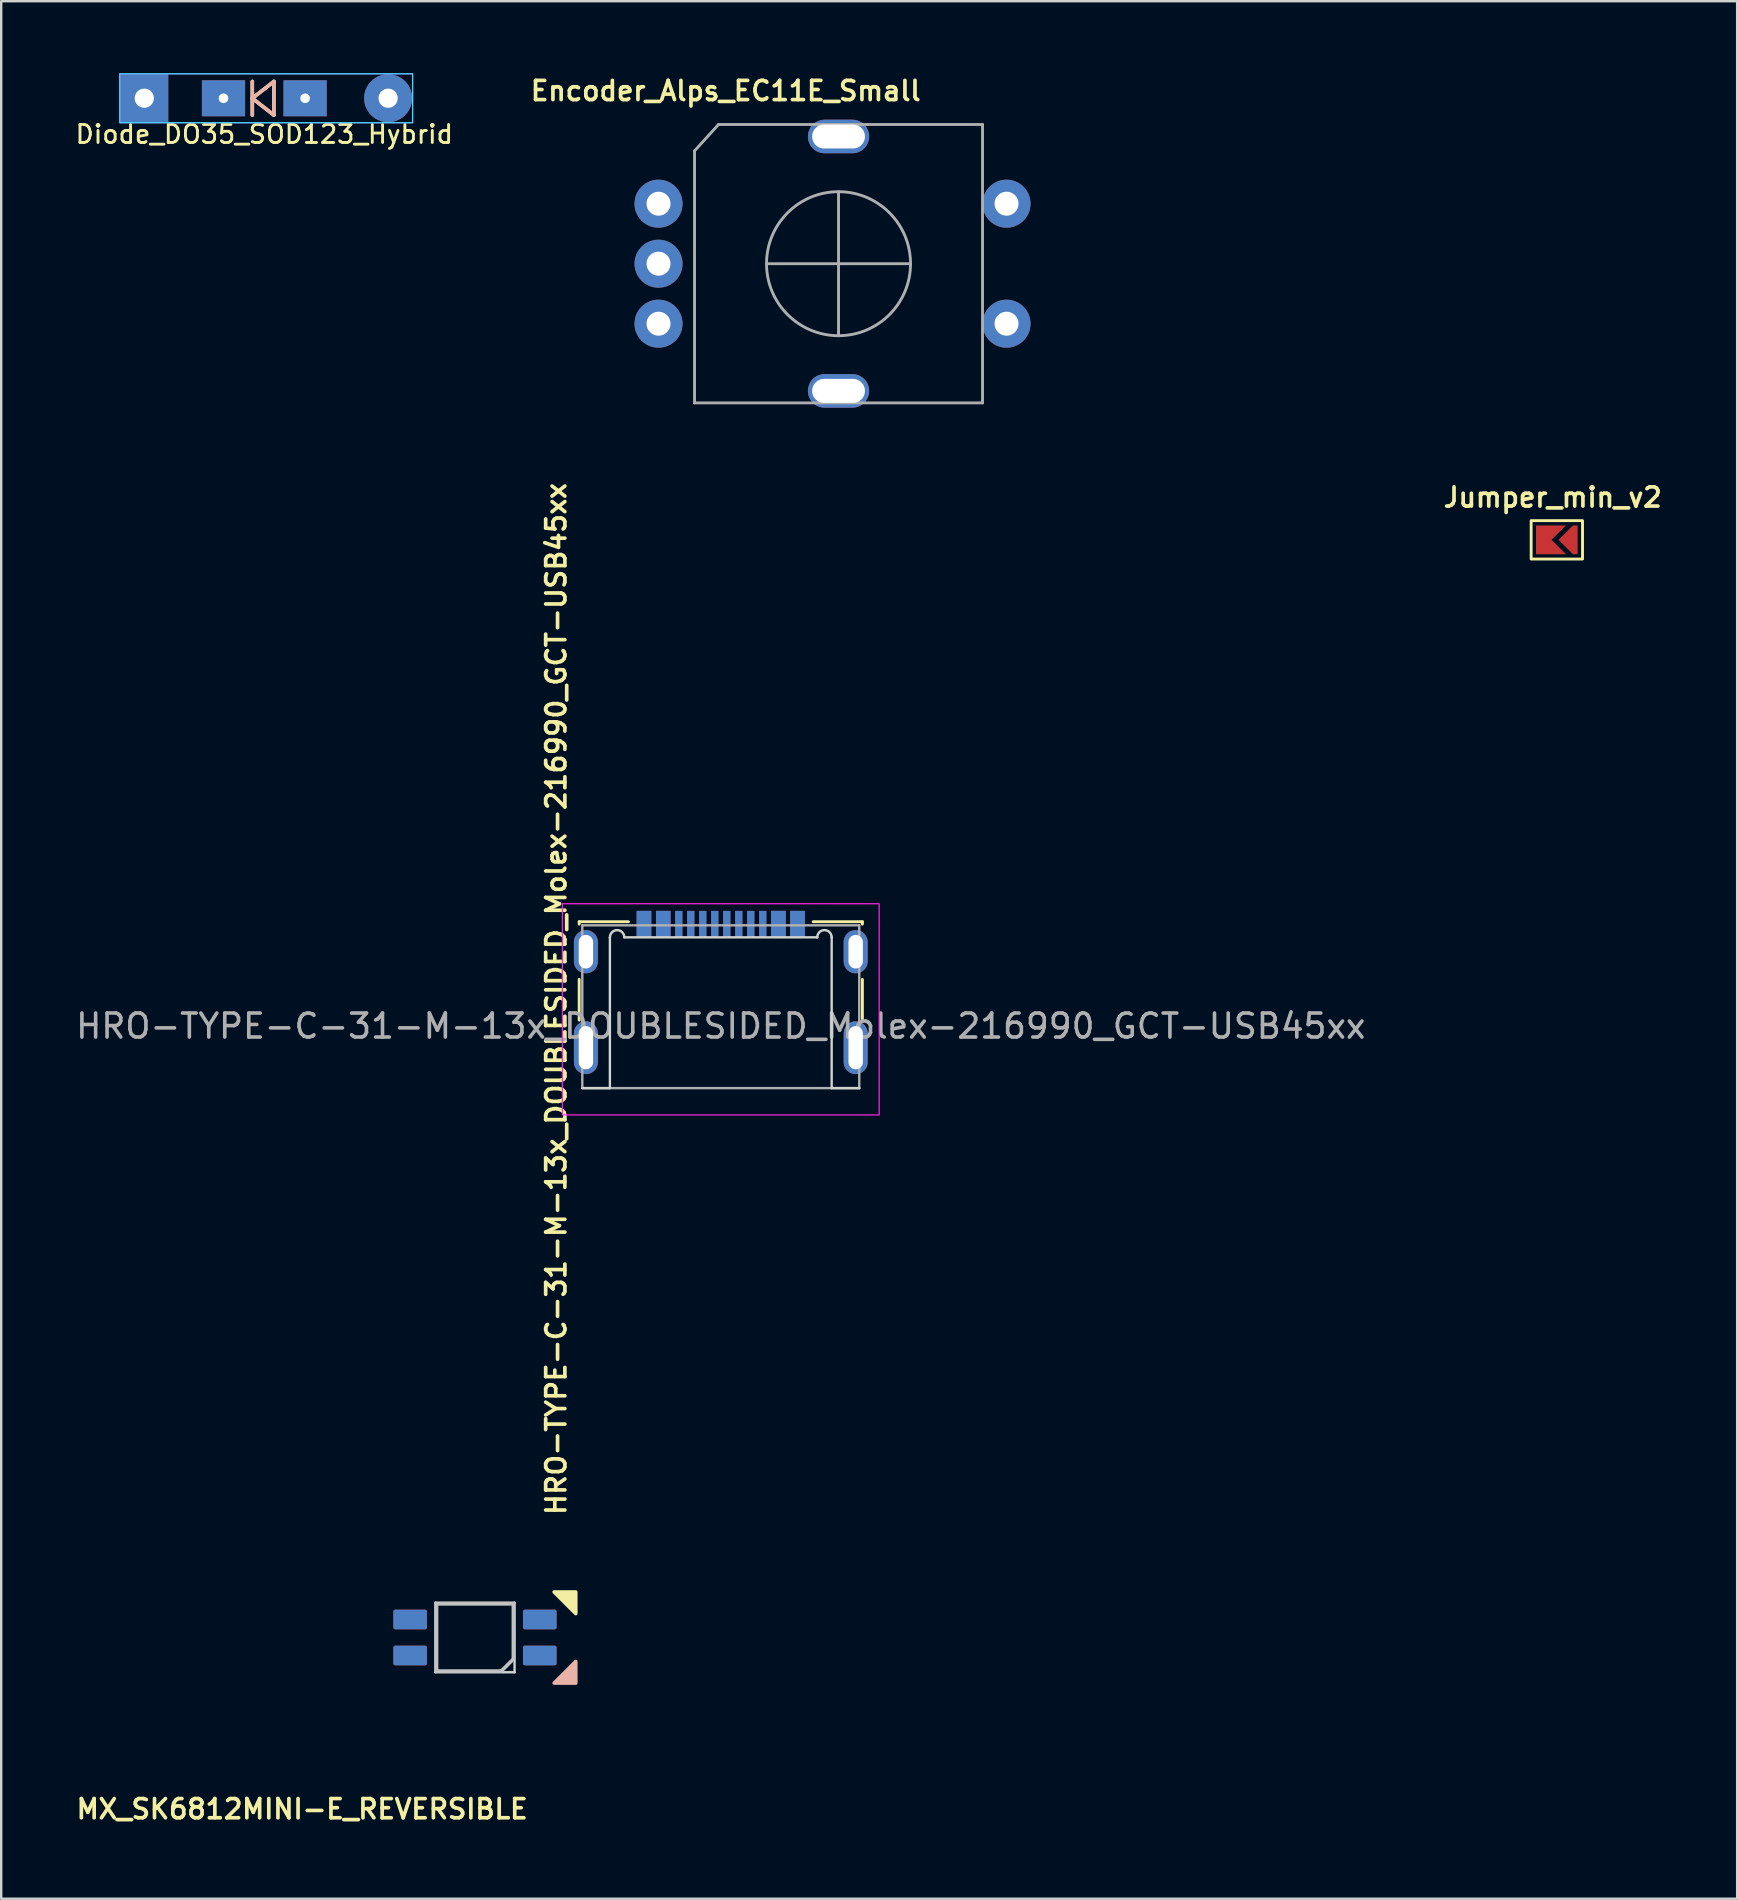
<source format=kicad_pcb>
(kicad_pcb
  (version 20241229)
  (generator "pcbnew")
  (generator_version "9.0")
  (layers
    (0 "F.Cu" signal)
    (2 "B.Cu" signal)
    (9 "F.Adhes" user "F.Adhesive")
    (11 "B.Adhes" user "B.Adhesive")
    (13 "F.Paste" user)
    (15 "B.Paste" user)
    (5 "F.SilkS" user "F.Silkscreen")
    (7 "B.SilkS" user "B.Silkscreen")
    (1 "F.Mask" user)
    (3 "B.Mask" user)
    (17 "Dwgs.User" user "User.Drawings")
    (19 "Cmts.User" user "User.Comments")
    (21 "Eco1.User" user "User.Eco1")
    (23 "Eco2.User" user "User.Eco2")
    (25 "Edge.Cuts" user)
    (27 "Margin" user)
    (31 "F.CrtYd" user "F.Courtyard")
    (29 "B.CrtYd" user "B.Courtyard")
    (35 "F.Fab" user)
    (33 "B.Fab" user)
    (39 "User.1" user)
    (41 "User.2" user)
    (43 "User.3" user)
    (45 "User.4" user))
  (footprint "Jumper_min_v2"
    (layer "F.Cu")
    (at 61.817 19.443)
    (property "Reference" "Jumper_min_v2" (at -0.17 -1.77 0) (unlocked yes) (layer "F.SilkS") (effects (font (size 0.8 0.8) (thickness 0.153))))
    (attr dnp)
    (fp_rect (start -1.07 -0.8) (end 1.07 0.8) (stroke (width 0.12) (type default)) (fill no) (layer "F.SilkS"))
    (pad "1" smd custom (at -0.618 0 270) (size 1.2 0.5) (layers "F.Cu" "F.Mask") (options (anchor rect)) (primitives (gr_poly (pts (xy -0.6 0) (xy 0.6 0) (xy 0.6 -1) (xy 0 -0.4) (xy -0.6 -1)) (width 0) (fill yes))))
    (pad "2" smd custom (at 0.468 0 270) (size 0.1 0.1) (layers "F.Cu" "F.Mask") (options (anchor rect)) (primitives (gr_poly (pts (xy -0.6 -0.2) (xy 0 0.4) (xy 0.6 -0.2) (xy 0.6 -0.4) (xy -0.6 -0.4)) (width 0) (fill yes)))))
  (footprint "MX_SK6812MINI-E_REVERSIBLE"
    (layer "F.Cu")
    (at 16.74 65.177)
    (property "Reference" "MX_SK6812MINI-E_REVERSIBLE" (at -7.2 7.15 0) (unlocked yes) (layer "F.SilkS") (effects (font (size 0.8 0.8) (thickness 0.153))))
    (attr smd)
    (fp_poly (pts (xy 4.2 -0.995) (xy 3.3 -1.895) (xy 4.2 -1.895)) (stroke (width 0.15) (type solid)) (fill yes) (layer "F.SilkS"))
    (fp_poly (pts (xy 4.2 1) (xy 3.3 1.9) (xy 4.2 1.9)) (stroke (width 0.15) (type solid)) (fill yes) (layer "B.SilkS"))
    (fp_line (start -1.6 -1.4) (end -1.6 1.4) (stroke (width 0.15) (type solid)) (layer "Dwgs.User"))
    (fp_line (start -1.6 1.4) (end 1.1 1.4) (stroke (width 0.15) (type solid)) (layer "Dwgs.User"))
    (fp_line (start 1.6 -1.4) (end -1.6 -1.4) (stroke (width 0.15) (type solid)) (layer "Dwgs.User"))
    (fp_line (start 1.6 0.9) (end 1.1 1.4) (stroke (width 0.15) (type solid)) (layer "Dwgs.User"))
    (fp_line (start 1.6 0.9) (end 1.6 -1.4) (stroke (width 0.15) (type solid)) (layer "Dwgs.User"))
    (fp_line (start -1.65 -1.45) (end 1.65 -1.45) (stroke (width 0.1) (type solid)) (layer "Edge.Cuts"))
    (fp_line (start -1.65 1.45) (end -1.65 -1.45) (stroke (width 0.1) (type solid)) (layer "Edge.Cuts"))
    (fp_line (start 1.65 -1.45) (end 1.65 1.45) (stroke (width 0.1) (type solid)) (layer "Edge.Cuts"))
    (fp_line (start 1.65 1.45) (end -1.65 1.45) (stroke (width 0.1) (type solid)) (layer "Edge.Cuts"))
    (pad "1" smd roundrect (at -2.7 -0.75 270) (size 0.82 1.4) (layers "B.Cu" "B.Mask" "B.Paste") (roundrect_rratio 0.1))
    (pad "1" smd roundrect (at -2.7 0.75 90) (size 0.82 1.4) (layers "F.Cu" "F.Mask" "F.Paste") (roundrect_rratio 0.1))
    (pad "2" smd roundrect (at -2.7 -0.75 90) (size 0.82 1.4) (layers "F.Cu" "F.Mask" "F.Paste") (roundrect_rratio 0.1))
    (pad "2" smd roundrect (at -2.7 0.75 270) (size 0.82 1.4) (layers "B.Cu" "B.Mask" "B.Paste") (roundrect_rratio 0.1))
    (pad "3" smd roundrect (at 2.7 -0.75 90) (size 0.82 1.4) (layers "F.Cu" "F.Mask" "F.Paste") (roundrect_rratio 0.1))
    (pad "3" smd roundrect (at 2.7 0.75 270) (size 0.82 1.4) (layers "B.Cu" "B.Mask" "B.Paste") (roundrect_rratio 0.1))
    (pad "4" smd roundrect (at 2.7 -0.75 270) (size 0.82 1.4) (layers "B.Cu" "B.Mask" "B.Paste") (roundrect_rratio 0.1))
    (pad "4" smd roundrect (at 2.7 0.75 90) (size 0.82 1.4) (layers "F.Cu" "F.Mask" "F.Paste") (roundrect_rratio 0.1)))
  (footprint "HRO-TYPE-C-31-M-13x_DOUBLESIDED_Molex-216990_GCT-USB45xx"
    (layer "F.Cu")
    (at 26.982 41.787)
    (property "Reference" "HRO-TYPE-C-31-M-13x_DOUBLESIDED_Molex-216990_GCT-USB45xx" (at -6.858 -3.215 90) (unlocked yes) (layer "F.SilkS") (effects (font (size 0.8 0.8) (thickness 0.153))))
    (attr smd)
    (fp_line (start -5.9 -6.433) (end -5.9 -6.333) (stroke (width 0.12) (type solid)) (layer "F.SilkS"))
    (fp_line (start -5.9 -4.033) (end -5.9 -2.333) (stroke (width 0.12) (type solid)) (layer "F.SilkS"))
    (fp_line (start -3.85 -6.433) (end -5.9 -6.433) (stroke (width 0.12) (type solid)) (layer "F.SilkS"))
    (fp_line (start 5.9 -6.433) (end 3.85 -6.433) (stroke (width 0.12) (type solid)) (layer "F.SilkS"))
    (fp_line (start 5.9 -6.433) (end 5.9 -6.333) (stroke (width 0.12) (type solid)) (layer "F.SilkS"))
    (fp_line (start 5.9 -4.033) (end 5.9 -2.333) (stroke (width 0.12) (type solid)) (layer "F.SilkS"))
    (fp_line (start -5.77 0.5) (end -4.62 0.5) (stroke (width 0.1) (type solid)) (layer "Edge.Cuts"))
    (fp_line (start -4.62 0.5) (end -4.62 -5.783) (stroke (width 0.1) (type solid)) (layer "Edge.Cuts"))
    (fp_line (start -4.02 -5.783) (end 4.02 -5.783) (stroke (width 0.1) (type solid)) (layer "Edge.Cuts"))
    (fp_line (start 4.62 -5.783) (end 4.62 0.5) (stroke (width 0.1) (type solid)) (layer "Edge.Cuts"))
    (fp_line (start 4.62 0.5) (end 5.77 0.5) (stroke (width 0.1) (type solid)) (layer "Edge.Cuts"))
    (fp_arc (start -4.62 -5.783) (mid -4.32 -6.083) (end -4.02 -5.783) (stroke (width 0.1) (type solid)) (layer "Edge.Cuts"))
    (fp_arc (start 4.02 -5.783) (mid 4.32 -6.083) (end 4.62 -5.783) (stroke (width 0.1) (type solid)) (layer "Edge.Cuts"))
    (fp_rect (start -6.6 -7.183) (end 6.6 1.617) (stroke (width 0.05) (type solid)) (fill no) (layer "F.CrtYd"))
    (fp_line (start -5.77 -6.283) (end -5.77 0.5) (stroke (width 0.1) (type solid)) (layer "F.Fab"))
    (fp_line (start -5.77 0.5) (end 5.77 0.5) (stroke (width 0.1) (type solid)) (layer "F.Fab"))
    (fp_line (start 5.77 -6.283) (end -5.77 -6.283) (stroke (width 0.1) (type solid)) (layer "F.Fab"))
    (fp_line (start 5.77 0.5) (end 5.77 -6.283) (stroke (width 0.1) (type solid)) (layer "F.Fab"))
    (fp_rect (start -6.125 0.5) (end 6.125 12) (stroke (width 0.05) (type default)) (fill no) (layer "User.9"))
    (fp_text user "${REFERENCE}" (at 0 -2.083 0) (unlocked yes) (layer "F.Fab") (effects (font (size 1 1) (thickness 0.15))))
    (pad "A1" smd rect (at -3.2 -6.341) (size 0.6 1.083) (layers "F.Cu" "F.Mask" "F.Paste"))
    (pad "A1" smd rect (at 3.2 -6.341) (size 0.6 1.083) (layers "B.Cu" "B.Mask" "B.Paste"))
    (pad "A4" smd rect (at -2.4 -6.343) (size 0.6 1.08) (layers "F.Cu" "F.Mask" "F.Paste"))
    (pad "A4" smd rect (at 2.4 -6.343) (size 0.6 1.08) (layers "B.Cu" "B.Mask" "B.Paste"))
    (pad "A5" smd rect (at -1.25 -6.343) (size 0.3 1.08) (layers "F.Cu" "F.Mask" "F.Paste"))
    (pad "A5" smd rect (at 1.25 -6.343) (size 0.3 1.08) (layers "B.Cu" "B.Mask" "B.Paste"))
    (pad "A6" smd rect (at -0.25 -6.343) (size 0.3 1.08) (layers "F.Cu" "F.Mask" "F.Paste"))
    (pad "A6" smd rect (at 0.25 -6.343) (size 0.3 1.08) (layers "B.Cu" "B.Mask" "B.Paste"))
    (pad "A7" smd rect (at -0.25 -6.343) (size 0.3 1.08) (layers "B.Cu" "B.Mask" "B.Paste"))
    (pad "A7" smd rect (at 0.25 -6.343) (size 0.3 1.08) (layers "F.Cu" "F.Mask" "F.Paste"))
    (pad "A8" smd rect (at -1.25 -6.343) (size 0.3 1.08) (layers "B.Cu" "B.Mask" "B.Paste"))
    (pad "A8" smd rect (at 1.25 -6.343) (size 0.3 1.08) (layers "F.Cu" "F.Mask" "F.Paste"))
    (pad "A9" smd rect (at -2.4 -6.343) (size 0.6 1.08) (layers "B.Cu" "B.Mask" "B.Paste"))
    (pad "A9" smd rect (at 2.4 -6.343) (size 0.6 1.08) (layers "F.Cu" "F.Mask" "F.Paste"))
    (pad "A12" smd rect (at -3.2 -6.343) (size 0.6 1.08) (layers "B.Cu" "B.Mask" "B.Paste"))
    (pad "A12" smd rect (at 3.2 -6.343) (size 0.6 1.08) (layers "F.Cu" "F.Mask" "F.Paste"))
    (pad "B1" smd rect (at -3.2 -6.343) (size 0.6 1.08) (layers "B.Cu" "B.Mask" "B.Paste"))
    (pad "B1" smd rect (at 3.2 -6.343) (size 0.6 1.08) (layers "F.Cu" "F.Mask" "F.Paste"))
    (pad "B4" smd rect (at -2.4 -6.343) (size 0.6 1.08) (layers "B.Cu" "B.Mask" "B.Paste"))
    (pad "B4" smd rect (at 2.4 -6.343) (size 0.6 1.08) (layers "F.Cu" "F.Mask" "F.Paste"))
    (pad "B5" smd rect (at -1.75 -6.343) (size 0.3 1.08) (layers "B.Cu" "B.Mask" "B.Paste"))
    (pad "B5" smd rect (at 1.75 -6.343) (size 0.3 1.08) (layers "F.Cu" "F.Mask" "F.Paste"))
    (pad "B6" smd rect (at -0.75 -6.343) (size 0.3 1.08) (layers "B.Cu" "B.Mask" "B.Paste"))
    (pad "B6" smd rect (at 0.75 -6.343) (size 0.3 1.08) (layers "F.Cu" "F.Mask" "F.Paste"))
    (pad "B7" smd rect (at -0.75 -6.343) (size 0.3 1.08) (layers "F.Cu" "F.Mask" "F.Paste"))
    (pad "B7" smd rect (at 0.75 -6.343) (size 0.3 1.08) (layers "B.Cu" "B.Mask" "B.Paste"))
    (pad "B8" smd rect (at -1.75 -6.343) (size 0.3 1.08) (layers "F.Cu" "F.Mask" "F.Paste"))
    (pad "B8" smd rect (at 1.75 -6.343) (size 0.3 1.08) (layers "B.Cu" "B.Mask" "B.Paste"))
    (pad "B9" smd rect (at -2.4 -6.343) (size 0.6 1.08) (layers "F.Cu" "F.Mask" "F.Paste"))
    (pad "B9" smd rect (at 2.4 -6.343) (size 0.6 1.08) (layers "B.Cu" "B.Mask" "B.Paste"))
    (pad "B12" smd rect (at -3.2 -6.341) (size 0.6 1.083) (layers "F.Cu" "F.Mask" "F.Paste"))
    (pad "B12" smd rect (at 3.2 -6.341) (size 0.6 1.083) (layers "B.Cu" "B.Mask" "B.Paste"))
    (pad "S1" thru_hole oval (at -5.62 -5.183) (size 1 1.8) (drill oval 0.6 1.4) (layers "*.Cu" "*.Mask"))
    (pad "S1" thru_hole oval (at -5.62 -1.183) (size 1 2.2) (drill oval 0.6 1.8) (layers "*.Cu" "*.Mask"))
    (pad "S1" thru_hole oval (at 5.62 -5.183) (size 1 1.8) (drill oval 0.6 1.4) (layers "*.Cu" "*.Mask"))
    (pad "S1" thru_hole oval (at 5.62 -1.183) (size 1 2.2) (drill oval 0.6 1.8) (layers "*.Cu" "*.Mask")))
  (footprint "Encoder_Alps_EC11E_Small"
    (layer "F.Cu")
    (at 31.888 7.937)
    (property "Reference" "Encoder_Alps_EC11E_Small" (at -4.7 -7.2 0) (unlocked yes) (layer "F.SilkS") (effects (font (size 0.8 0.8) (thickness 0.153))))
    (attr through_hole dnp)
    (fp_line (start -6 -4.7) (end -5 -5.8) (stroke (width 0.12) (type solid)) (layer "F.Fab"))
    (fp_line (start -6 5.8) (end -6 -4.7) (stroke (width 0.12) (type solid)) (layer "F.Fab"))
    (fp_line (start -5 -5.8) (end 6 -5.8) (stroke (width 0.12) (type solid)) (layer "F.Fab"))
    (fp_line (start -3 0) (end 3 0) (stroke (width 0.12) (type solid)) (layer "F.Fab"))
    (fp_line (start 0 -3) (end 0 3) (stroke (width 0.12) (type solid)) (layer "F.Fab"))
    (fp_line (start 6 -5.8) (end 6 5.8) (stroke (width 0.12) (type solid)) (layer "F.Fab"))
    (fp_line (start 6 5.8) (end -6 5.8) (stroke (width 0.12) (type solid)) (layer "F.Fab"))
    (fp_circle (center 0 0) (end 3 0) (stroke (width 0.12) (type solid)) (fill no) (layer "F.Fab"))
    (pad "A" thru_hole circle (at -7.5 -2.5) (size 2 2) (drill 1) (layers "*.Cu" "*.Mask"))
    (pad "B" thru_hole circle (at -7.5 2.5) (size 2 2) (drill 1) (layers "*.Cu" "*.Mask"))
    (pad "C" thru_hole circle (at -7.5 0) (size 2 2) (drill 1) (layers "*.Cu" "*.Mask"))
    (pad "MP1" thru_hole oval (at 0 -5.3) (size 2.55 1.4) (drill oval 2.2 1) (layers "*.Cu" "*.Mask"))
    (pad "MP2" thru_hole oval (at 0 5.3) (size 2.55 1.4) (drill oval 2.2 1) (layers "*.Cu" "*.Mask"))
    (pad "S1" thru_hole circle (at 7 2.5) (size 2 2) (drill 1) (layers "*.Cu" "*.Mask"))
    (pad "S2" thru_hole circle (at 7 -2.5) (size 2 2) (drill 1) (layers "*.Cu" "*.Mask")))
  (footprint "Diode_DO35_SOD123_Hybrid"
    (placed yes)
    (layer "F.Cu")
    (at 7.962 1.045)
    (property "Reference" "Diode_DO35_SOD123_Hybrid" (at 0 1.5 0) (layer "F.SilkS") (effects (font (size 0.75 0.75) (thickness 0.12))))
    (attr smd)
    (fp_line (start -0.5 -0.7) (end -0.5 0.7) (stroke (width 0.15) (type solid)) (layer "F.SilkS"))
    (fp_line (start -0.5 0) (end 0.4 -0.7) (stroke (width 0.15) (type solid)) (layer "F.SilkS"))
    (fp_line (start 0.4 -0.7) (end 0.4 0.7) (stroke (width 0.15) (type solid)) (layer "F.SilkS"))
    (fp_line (start 0.4 0.7) (end -0.5 0) (stroke (width 0.15) (type solid)) (layer "F.SilkS"))
    (fp_line (start -0.5 -0.7) (end -0.5 0.7) (stroke (width 0.15) (type solid)) (layer "B.SilkS"))
    (fp_line (start -0.5 0) (end 0.4 -0.7) (stroke (width 0.15) (type solid)) (layer "B.SilkS"))
    (fp_line (start 0.4 -0.7) (end 0.4 0.7) (stroke (width 0.15) (type solid)) (layer "B.SilkS"))
    (fp_line (start 0.4 0.7) (end -0.5 0) (stroke (width 0.15) (type solid)) (layer "B.SilkS"))
    (fp_rect (start 6.18 -1.02) (end -6.02 1.02) (stroke (width 0.05) (type default)) (fill no) (layer "B.CrtYd"))
    (fp_rect (start -6.02 -1.02) (end 6.18 1.02) (stroke (width 0.05) (type default)) (fill no) (layer "F.CrtYd"))
    (pad "1" thru_hole rect (at -5 -0.003 180) (size 1.999 1.999) (drill 0.8) (layers "*.Cu" "*.Mask"))
    (pad "1" thru_hole rect (at -1.7 0) (size 1.8 1.5) (drill 0.4) (layers "*.Cu" "*.Mask"))
    (pad "2" thru_hole rect (at 1.7 0) (size 1.8 1.5) (drill 0.4) (layers "*.Cu" "*.Mask"))
    (pad "2" thru_hole circle (at 5.16 -0.003 180) (size 1.999 1.999) (drill 0.8) (layers "*.Cu" "*.Mask")))
  (gr_rect
    (start -3 -3)
    (end 69.33 76.063)
    (stroke (width 0.1) (type default))
    (fill no)
    (layer "Edge.Cuts")))
</source>
